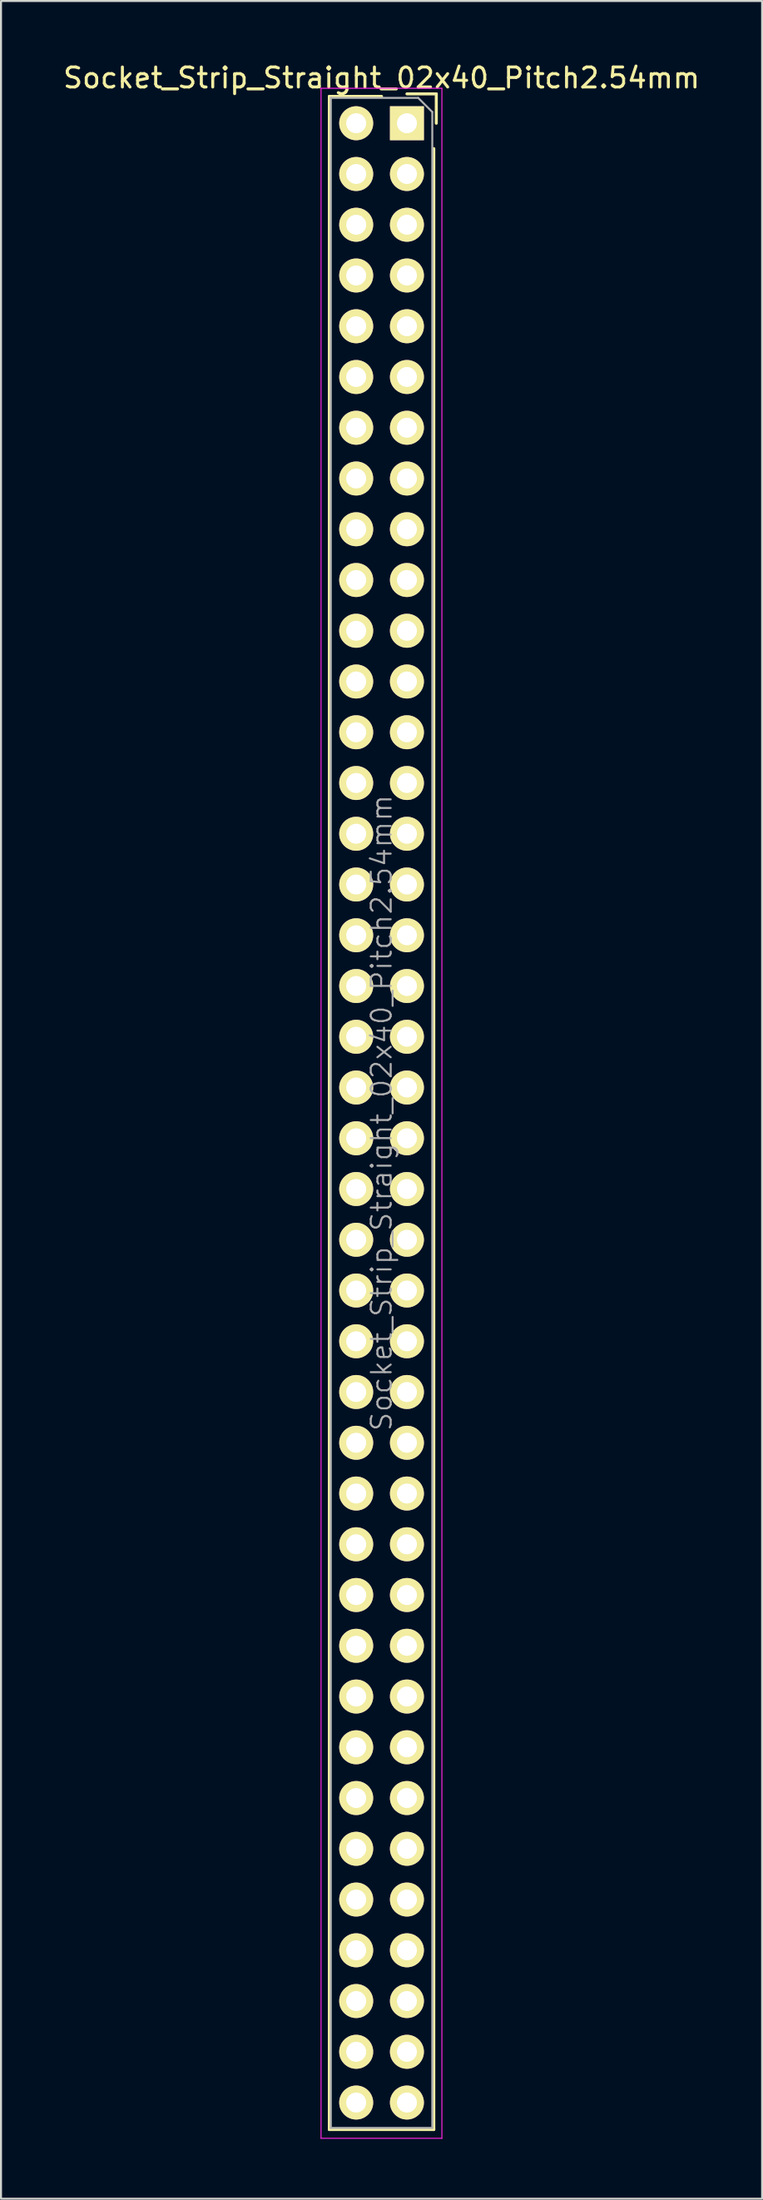
<source format=kicad_pcb>
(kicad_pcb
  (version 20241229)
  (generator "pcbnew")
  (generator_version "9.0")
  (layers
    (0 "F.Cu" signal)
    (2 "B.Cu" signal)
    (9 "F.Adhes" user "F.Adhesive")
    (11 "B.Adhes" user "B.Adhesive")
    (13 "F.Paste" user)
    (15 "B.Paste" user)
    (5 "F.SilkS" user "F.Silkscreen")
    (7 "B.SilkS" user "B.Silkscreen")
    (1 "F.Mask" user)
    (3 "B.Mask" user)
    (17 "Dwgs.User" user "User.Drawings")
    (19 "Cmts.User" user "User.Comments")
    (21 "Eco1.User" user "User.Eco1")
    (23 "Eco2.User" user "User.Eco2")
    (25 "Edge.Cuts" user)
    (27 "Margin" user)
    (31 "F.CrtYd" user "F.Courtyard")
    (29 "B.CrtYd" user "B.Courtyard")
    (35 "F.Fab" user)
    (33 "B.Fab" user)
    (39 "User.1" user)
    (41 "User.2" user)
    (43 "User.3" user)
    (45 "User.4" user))
  (footprint "Socket_Strip_Straight_02x40_Pitch2.54mm"
    (layer "F.Cu")
    (at 17.324 3.118)
    (property "Reference" "Socket_Strip_Straight_02x40_Pitch2.54mm" (at -1.27 -2.27 0) (layer "F.SilkS") (effects (font (size 1 1) (thickness 0.15))))
    (attr smd)
    (fp_line (start -3.885 -1.345) (end -3.885 100.41) (stroke (width 0.15) (type solid)) (layer "F.SilkS"))
    (fp_line (start -1.27 -1.345) (end -3.885 -1.345) (stroke (width 0.15) (type solid)) (layer "F.SilkS"))
    (fp_line (start 1.345 1.27) (end 1.345 100.41) (stroke (width 0.15) (type solid)) (layer "F.SilkS"))
    (fp_line (start 1.345 100.41) (end -3.885 100.41) (stroke (width 0.15) (type solid)) (layer "F.SilkS"))
    (fp_line (start 1.47 -1.47) (end 0 -1.47) (stroke (width 0.15) (type solid)) (layer "F.SilkS"))
    (fp_line (start 1.47 -1.47) (end 1.47 0) (stroke (width 0.15) (type solid)) (layer "F.SilkS"))
    (fp_line (start -4.3 -1.75) (end -4.3 100.85) (stroke (width 0.05) (type solid)) (layer "F.CrtYd"))
    (fp_line (start 1.75 -1.75) (end -4.3 -1.75) (stroke (width 0.05) (type solid)) (layer "F.CrtYd"))
    (fp_line (start 1.75 -1.75) (end 1.75 100.85) (stroke (width 0.05) (type solid)) (layer "F.CrtYd"))
    (fp_line (start 1.75 100.85) (end -4.3 100.85) (stroke (width 0.05) (type solid)) (layer "F.CrtYd"))
    (fp_line (start -3.81 -1.27) (end 0.563 -1.27) (stroke (width 0.1) (type solid)) (layer "F.Fab"))
    (fp_line (start -3.81 100.33) (end -3.81 -1.27) (stroke (width 0.1) (type solid)) (layer "F.Fab"))
    (fp_line (start -3.81 100.33) (end 1.27 100.33) (stroke (width 0.1) (type solid)) (layer "F.Fab"))
    (fp_line (start 1.27 -0.563) (end 0.563 -1.27) (stroke (width 0.1) (type solid)) (layer "F.Fab"))
    (fp_line (start 1.27 100.33) (end 1.27 -0.563) (stroke (width 0.1) (type solid)) (layer "F.Fab"))
    (fp_text user "${REFERENCE}" (at -1.27 49.53 90) (layer "F.Fab") (effects (font (size 1 1) (thickness 0.1))))
    (pad "1" thru_hole rect (at 0 0) (size 1.7 1.7) (drill 1) (layers "*.Cu" "*.Mask" "F.SilkS"))
    (pad "2" thru_hole oval (at -2.54 0) (size 1.7 1.7) (drill 1) (layers "*.Cu" "*.Mask" "F.SilkS"))
    (pad "3" thru_hole oval (at 0 2.54) (size 1.7 1.7) (drill 1) (layers "*.Cu" "*.Mask" "F.SilkS"))
    (pad "4" thru_hole oval (at -2.54 2.54) (size 1.7 1.7) (drill 1) (layers "*.Cu" "*.Mask" "F.SilkS"))
    (pad "5" thru_hole oval (at 0 5.08) (size 1.7 1.7) (drill 1) (layers "*.Cu" "*.Mask" "F.SilkS"))
    (pad "6" thru_hole oval (at -2.54 5.08) (size 1.7 1.7) (drill 1) (layers "*.Cu" "*.Mask" "F.SilkS"))
    (pad "7" thru_hole oval (at 0 7.62) (size 1.7 1.7) (drill 1) (layers "*.Cu" "*.Mask" "F.SilkS"))
    (pad "8" thru_hole oval (at -2.54 7.62) (size 1.7 1.7) (drill 1) (layers "*.Cu" "*.Mask" "F.SilkS"))
    (pad "9" thru_hole oval (at 0 10.16) (size 1.7 1.7) (drill 1) (layers "*.Cu" "*.Mask" "F.SilkS"))
    (pad "10" thru_hole oval (at -2.54 10.16) (size 1.7 1.7) (drill 1) (layers "*.Cu" "*.Mask" "F.SilkS"))
    (pad "11" thru_hole oval (at 0 12.7) (size 1.7 1.7) (drill 1) (layers "*.Cu" "*.Mask" "F.SilkS"))
    (pad "12" thru_hole oval (at -2.54 12.7) (size 1.7 1.7) (drill 1) (layers "*.Cu" "*.Mask" "F.SilkS"))
    (pad "13" thru_hole oval (at 0 15.24) (size 1.7 1.7) (drill 1) (layers "*.Cu" "*.Mask" "F.SilkS"))
    (pad "14" thru_hole oval (at -2.54 15.24) (size 1.7 1.7) (drill 1) (layers "*.Cu" "*.Mask" "F.SilkS"))
    (pad "15" thru_hole oval (at 0 17.78) (size 1.7 1.7) (drill 1) (layers "*.Cu" "*.Mask" "F.SilkS"))
    (pad "16" thru_hole oval (at -2.54 17.78) (size 1.7 1.7) (drill 1) (layers "*.Cu" "*.Mask" "F.SilkS"))
    (pad "17" thru_hole oval (at 0 20.32) (size 1.7 1.7) (drill 1) (layers "*.Cu" "*.Mask" "F.SilkS"))
    (pad "18" thru_hole oval (at -2.54 20.32) (size 1.7 1.7) (drill 1) (layers "*.Cu" "*.Mask" "F.SilkS"))
    (pad "19" thru_hole oval (at 0 22.86) (size 1.7 1.7) (drill 1) (layers "*.Cu" "*.Mask" "F.SilkS"))
    (pad "20" thru_hole oval (at -2.54 22.86) (size 1.7 1.7) (drill 1) (layers "*.Cu" "*.Mask" "F.SilkS"))
    (pad "21" thru_hole oval (at 0 25.4) (size 1.7 1.7) (drill 1) (layers "*.Cu" "*.Mask" "F.SilkS"))
    (pad "22" thru_hole oval (at -2.54 25.4) (size 1.7 1.7) (drill 1) (layers "*.Cu" "*.Mask" "F.SilkS"))
    (pad "23" thru_hole oval (at 0 27.94) (size 1.7 1.7) (drill 1) (layers "*.Cu" "*.Mask" "F.SilkS"))
    (pad "24" thru_hole oval (at -2.54 27.94) (size 1.7 1.7) (drill 1) (layers "*.Cu" "*.Mask" "F.SilkS"))
    (pad "25" thru_hole oval (at 0 30.48) (size 1.7 1.7) (drill 1) (layers "*.Cu" "*.Mask" "F.SilkS"))
    (pad "26" thru_hole oval (at -2.54 30.48) (size 1.7 1.7) (drill 1) (layers "*.Cu" "*.Mask" "F.SilkS"))
    (pad "27" thru_hole oval (at 0 33.02) (size 1.7 1.7) (drill 1) (layers "*.Cu" "*.Mask" "F.SilkS"))
    (pad "28" thru_hole oval (at -2.54 33.02) (size 1.7 1.7) (drill 1) (layers "*.Cu" "*.Mask" "F.SilkS"))
    (pad "29" thru_hole oval (at 0 35.56) (size 1.7 1.7) (drill 1) (layers "*.Cu" "*.Mask" "F.SilkS"))
    (pad "30" thru_hole oval (at -2.54 35.56) (size 1.7 1.7) (drill 1) (layers "*.Cu" "*.Mask" "F.SilkS"))
    (pad "31" thru_hole oval (at 0 38.1) (size 1.7 1.7) (drill 1) (layers "*.Cu" "*.Mask" "F.SilkS"))
    (pad "32" thru_hole oval (at -2.54 38.1) (size 1.7 1.7) (drill 1) (layers "*.Cu" "*.Mask" "F.SilkS"))
    (pad "33" thru_hole oval (at 0 40.64) (size 1.7 1.7) (drill 1) (layers "*.Cu" "*.Mask" "F.SilkS"))
    (pad "34" thru_hole oval (at -2.54 40.64) (size 1.7 1.7) (drill 1) (layers "*.Cu" "*.Mask" "F.SilkS"))
    (pad "35" thru_hole oval (at 0 43.18) (size 1.7 1.7) (drill 1) (layers "*.Cu" "*.Mask" "F.SilkS"))
    (pad "36" thru_hole oval (at -2.54 43.18) (size 1.7 1.7) (drill 1) (layers "*.Cu" "*.Mask" "F.SilkS"))
    (pad "37" thru_hole oval (at 0 45.72) (size 1.7 1.7) (drill 1) (layers "*.Cu" "*.Mask" "F.SilkS"))
    (pad "38" thru_hole oval (at -2.54 45.72) (size 1.7 1.7) (drill 1) (layers "*.Cu" "*.Mask" "F.SilkS"))
    (pad "39" thru_hole oval (at 0 48.26) (size 1.7 1.7) (drill 1) (layers "*.Cu" "*.Mask" "F.SilkS"))
    (pad "40" thru_hole oval (at -2.54 48.26) (size 1.7 1.7) (drill 1) (layers "*.Cu" "*.Mask" "F.SilkS"))
    (pad "41" thru_hole oval (at 0 50.8) (size 1.7 1.7) (drill 1) (layers "*.Cu" "*.Mask" "F.SilkS"))
    (pad "42" thru_hole oval (at -2.54 50.8) (size 1.7 1.7) (drill 1) (layers "*.Cu" "*.Mask" "F.SilkS"))
    (pad "43" thru_hole oval (at 0 53.34) (size 1.7 1.7) (drill 1) (layers "*.Cu" "*.Mask" "F.SilkS"))
    (pad "44" thru_hole oval (at -2.54 53.34) (size 1.7 1.7) (drill 1) (layers "*.Cu" "*.Mask" "F.SilkS"))
    (pad "45" thru_hole oval (at 0 55.88) (size 1.7 1.7) (drill 1) (layers "*.Cu" "*.Mask" "F.SilkS"))
    (pad "46" thru_hole oval (at -2.54 55.88) (size 1.7 1.7) (drill 1) (layers "*.Cu" "*.Mask" "F.SilkS"))
    (pad "47" thru_hole oval (at 0 58.42) (size 1.7 1.7) (drill 1) (layers "*.Cu" "*.Mask" "F.SilkS"))
    (pad "48" thru_hole oval (at -2.54 58.42) (size 1.7 1.7) (drill 1) (layers "*.Cu" "*.Mask" "F.SilkS"))
    (pad "49" thru_hole oval (at 0 60.96) (size 1.7 1.7) (drill 1) (layers "*.Cu" "*.Mask" "F.SilkS"))
    (pad "50" thru_hole oval (at -2.54 60.96) (size 1.7 1.7) (drill 1) (layers "*.Cu" "*.Mask" "F.SilkS"))
    (pad "51" thru_hole oval (at 0 63.5) (size 1.7 1.7) (drill 1) (layers "*.Cu" "*.Mask" "F.SilkS"))
    (pad "52" thru_hole oval (at -2.54 63.5) (size 1.7 1.7) (drill 1) (layers "*.Cu" "*.Mask" "F.SilkS"))
    (pad "53" thru_hole oval (at 0 66.04) (size 1.7 1.7) (drill 1) (layers "*.Cu" "*.Mask" "F.SilkS"))
    (pad "54" thru_hole oval (at -2.54 66.04) (size 1.7 1.7) (drill 1) (layers "*.Cu" "*.Mask" "F.SilkS"))
    (pad "55" thru_hole oval (at 0 68.58) (size 1.7 1.7) (drill 1) (layers "*.Cu" "*.Mask" "F.SilkS"))
    (pad "56" thru_hole oval (at -2.54 68.58) (size 1.7 1.7) (drill 1) (layers "*.Cu" "*.Mask" "F.SilkS"))
    (pad "57" thru_hole oval (at 0 71.12) (size 1.7 1.7) (drill 1) (layers "*.Cu" "*.Mask" "F.SilkS"))
    (pad "58" thru_hole oval (at -2.54 71.12) (size 1.7 1.7) (drill 1) (layers "*.Cu" "*.Mask" "F.SilkS"))
    (pad "59" thru_hole oval (at 0 73.66) (size 1.7 1.7) (drill 1) (layers "*.Cu" "*.Mask" "F.SilkS"))
    (pad "60" thru_hole oval (at -2.54 73.66) (size 1.7 1.7) (drill 1) (layers "*.Cu" "*.Mask" "F.SilkS"))
    (pad "61" thru_hole oval (at 0 76.2) (size 1.7 1.7) (drill 1) (layers "*.Cu" "*.Mask" "F.SilkS"))
    (pad "62" thru_hole oval (at -2.54 76.2) (size 1.7 1.7) (drill 1) (layers "*.Cu" "*.Mask" "F.SilkS"))
    (pad "63" thru_hole oval (at 0 78.74) (size 1.7 1.7) (drill 1) (layers "*.Cu" "*.Mask" "F.SilkS"))
    (pad "64" thru_hole oval (at -2.54 78.74) (size 1.7 1.7) (drill 1) (layers "*.Cu" "*.Mask" "F.SilkS"))
    (pad "65" thru_hole oval (at 0 81.28) (size 1.7 1.7) (drill 1) (layers "*.Cu" "*.Mask" "F.SilkS"))
    (pad "66" thru_hole oval (at -2.54 81.28) (size 1.7 1.7) (drill 1) (layers "*.Cu" "*.Mask" "F.SilkS"))
    (pad "67" thru_hole oval (at 0 83.82) (size 1.7 1.7) (drill 1) (layers "*.Cu" "*.Mask" "F.SilkS"))
    (pad "68" thru_hole oval (at -2.54 83.82) (size 1.7 1.7) (drill 1) (layers "*.Cu" "*.Mask" "F.SilkS"))
    (pad "69" thru_hole oval (at 0 86.36) (size 1.7 1.7) (drill 1) (layers "*.Cu" "*.Mask" "F.SilkS"))
    (pad "70" thru_hole oval (at -2.54 86.36) (size 1.7 1.7) (drill 1) (layers "*.Cu" "*.Mask" "F.SilkS"))
    (pad "71" thru_hole oval (at 0 88.9) (size 1.7 1.7) (drill 1) (layers "*.Cu" "*.Mask" "F.SilkS"))
    (pad "72" thru_hole oval (at -2.54 88.9) (size 1.7 1.7) (drill 1) (layers "*.Cu" "*.Mask" "F.SilkS"))
    (pad "73" thru_hole oval (at 0 91.44) (size 1.7 1.7) (drill 1) (layers "*.Cu" "*.Mask" "F.SilkS"))
    (pad "74" thru_hole oval (at -2.54 91.44) (size 1.7 1.7) (drill 1) (layers "*.Cu" "*.Mask" "F.SilkS"))
    (pad "75" thru_hole oval (at 0 93.98) (size 1.7 1.7) (drill 1) (layers "*.Cu" "*.Mask" "F.SilkS"))
    (pad "76" thru_hole oval (at -2.54 93.98) (size 1.7 1.7) (drill 1) (layers "*.Cu" "*.Mask" "F.SilkS"))
    (pad "77" thru_hole oval (at 0 96.52) (size 1.7 1.7) (drill 1) (layers "*.Cu" "*.Mask" "F.SilkS"))
    (pad "78" thru_hole oval (at -2.54 96.52) (size 1.7 1.7) (drill 1) (layers "*.Cu" "*.Mask" "F.SilkS"))
    (pad "79" thru_hole oval (at 0 99.06) (size 1.7 1.7) (drill 1) (layers "*.Cu" "*.Mask" "F.SilkS"))
    (pad "80" thru_hole oval (at -2.54 99.06) (size 1.7 1.7) (drill 1) (layers "*.Cu" "*.Mask" "F.SilkS")))
  (gr_rect
    (start -3 -3)
    (end 35.107 106.993)
    (stroke (width 0.1) (type default))
    (fill no)
    (layer "Edge.Cuts")))
</source>
